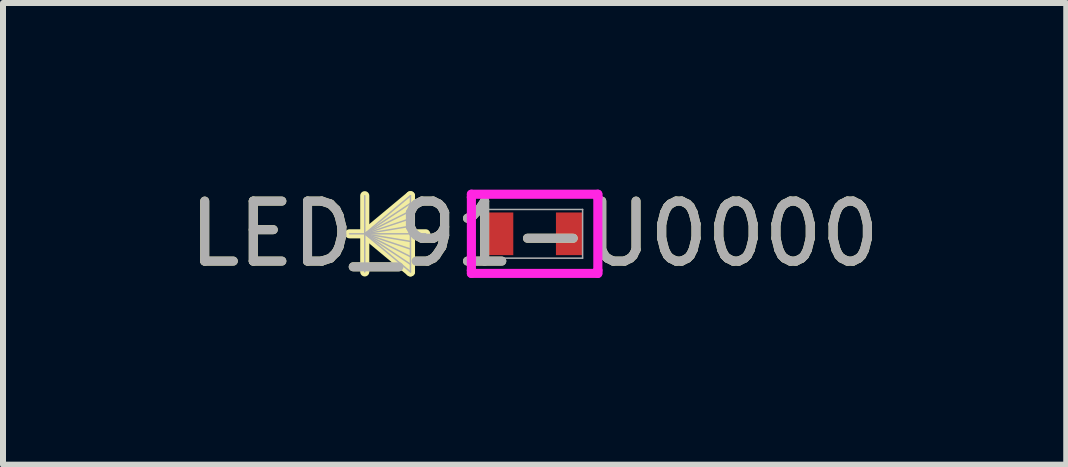
<source format=kicad_pcb>
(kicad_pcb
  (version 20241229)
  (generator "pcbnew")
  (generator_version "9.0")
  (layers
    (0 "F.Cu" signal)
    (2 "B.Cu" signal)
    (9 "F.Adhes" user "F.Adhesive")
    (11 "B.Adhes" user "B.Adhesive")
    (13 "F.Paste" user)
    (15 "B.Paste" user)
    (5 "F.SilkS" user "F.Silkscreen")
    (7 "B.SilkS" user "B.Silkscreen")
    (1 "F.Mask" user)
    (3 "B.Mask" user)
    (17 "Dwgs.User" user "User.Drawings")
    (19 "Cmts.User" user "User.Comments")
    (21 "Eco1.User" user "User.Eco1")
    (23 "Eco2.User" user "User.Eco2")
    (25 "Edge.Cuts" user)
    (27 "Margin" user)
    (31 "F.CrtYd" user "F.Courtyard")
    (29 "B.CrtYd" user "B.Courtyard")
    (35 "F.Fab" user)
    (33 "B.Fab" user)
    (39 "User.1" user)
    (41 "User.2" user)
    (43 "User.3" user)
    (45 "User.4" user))
  (footprint "LED_91-U0000"
    (layer "F.Cu")
    (at 5.863 0.848)
    (property "Reference" "LED_91-U0000" (at 0 0 0) (unlocked yes) (layer "F.SilkS") (effects (font (size 1 1) (thickness 0.15))))
    (attr smd)
    (fp_line (start -2.832 -0.635) (end -2.832 0.635) (stroke (width 0.152) (type solid)) (layer "F.SilkS"))
    (fp_line (start -2.832 0) (end -2.07 -0.635) (stroke (width 0.152) (type solid)) (layer "F.SilkS"))
    (fp_line (start -2.832 0) (end -2.07 -0.508) (stroke (width 0.152) (type solid)) (layer "F.SilkS"))
    (fp_line (start -2.832 0) (end -2.07 -0.381) (stroke (width 0.152) (type solid)) (layer "F.SilkS"))
    (fp_line (start -2.832 0) (end -2.07 -0.254) (stroke (width 0.152) (type solid)) (layer "F.SilkS"))
    (fp_line (start -2.832 0) (end -2.07 -0.127) (stroke (width 0.152) (type solid)) (layer "F.SilkS"))
    (fp_line (start -2.832 0) (end -2.07 0.127) (stroke (width 0.152) (type solid)) (layer "F.SilkS"))
    (fp_line (start -2.832 0) (end -2.07 0.254) (stroke (width 0.152) (type solid)) (layer "F.SilkS"))
    (fp_line (start -2.832 0) (end -2.07 0.381) (stroke (width 0.152) (type solid)) (layer "F.SilkS"))
    (fp_line (start -2.832 0) (end -2.07 0.508) (stroke (width 0.152) (type solid)) (layer "F.SilkS"))
    (fp_line (start -2.832 0) (end -2.07 0.635) (stroke (width 0.152) (type solid)) (layer "F.SilkS"))
    (fp_line (start -2.07 -0.635) (end -2.07 0.635) (stroke (width 0.152) (type solid)) (layer "F.SilkS"))
    (fp_line (start -1.816 0) (end -3.086 0) (stroke (width 0.152) (type solid)) (layer "F.SilkS"))
    (fp_line (start -1.054 -0.66) (end 1.054 -0.66) (stroke (width 0.152) (type solid)) (layer "F.CrtYd"))
    (fp_line (start -1.054 -0.61) (end -1.054 -0.66) (stroke (width 0.152) (type solid)) (layer "F.CrtYd"))
    (fp_line (start -1.054 -0.61) (end -1.054 -0.61) (stroke (width 0.152) (type solid)) (layer "F.CrtYd"))
    (fp_line (start -1.054 0.61) (end -1.054 -0.61) (stroke (width 0.152) (type solid)) (layer "F.CrtYd"))
    (fp_line (start -1.054 0.61) (end -1.054 0.61) (stroke (width 0.152) (type solid)) (layer "F.CrtYd"))
    (fp_line (start -1.054 0.66) (end -1.054 0.61) (stroke (width 0.152) (type solid)) (layer "F.CrtYd"))
    (fp_line (start 1.054 -0.66) (end 1.054 -0.61) (stroke (width 0.152) (type solid)) (layer "F.CrtYd"))
    (fp_line (start 1.054 -0.61) (end 1.054 -0.61) (stroke (width 0.152) (type solid)) (layer "F.CrtYd"))
    (fp_line (start 1.054 -0.61) (end 1.054 0.61) (stroke (width 0.152) (type solid)) (layer "F.CrtYd"))
    (fp_line (start 1.054 0.61) (end 1.054 0.61) (stroke (width 0.152) (type solid)) (layer "F.CrtYd"))
    (fp_line (start 1.054 0.61) (end 1.054 0.66) (stroke (width 0.152) (type solid)) (layer "F.CrtYd"))
    (fp_line (start 1.054 0.66) (end -1.054 0.66) (stroke (width 0.152) (type solid)) (layer "F.CrtYd"))
    (fp_line (start -2.832 -0.635) (end -2.832 0.635) (stroke (width 0.025) (type solid)) (layer "F.Fab"))
    (fp_line (start -2.832 0) (end -2.07 -0.635) (stroke (width 0.025) (type solid)) (layer "F.Fab"))
    (fp_line (start -2.832 0) (end -2.07 -0.508) (stroke (width 0.025) (type solid)) (layer "F.Fab"))
    (fp_line (start -2.832 0) (end -2.07 -0.381) (stroke (width 0.025) (type solid)) (layer "F.Fab"))
    (fp_line (start -2.832 0) (end -2.07 -0.254) (stroke (width 0.025) (type solid)) (layer "F.Fab"))
    (fp_line (start -2.832 0) (end -2.07 -0.127) (stroke (width 0.025) (type solid)) (layer "F.Fab"))
    (fp_line (start -2.832 0) (end -2.07 0.127) (stroke (width 0.025) (type solid)) (layer "F.Fab"))
    (fp_line (start -2.832 0) (end -2.07 0.254) (stroke (width 0.025) (type solid)) (layer "F.Fab"))
    (fp_line (start -2.832 0) (end -2.07 0.381) (stroke (width 0.025) (type solid)) (layer "F.Fab"))
    (fp_line (start -2.832 0) (end -2.07 0.508) (stroke (width 0.025) (type solid)) (layer "F.Fab"))
    (fp_line (start -2.832 0) (end -2.07 0.635) (stroke (width 0.025) (type solid)) (layer "F.Fab"))
    (fp_line (start -2.07 -0.635) (end -2.07 0.635) (stroke (width 0.025) (type solid)) (layer "F.Fab"))
    (fp_line (start -1.816 0) (end -3.086 0) (stroke (width 0.025) (type solid)) (layer "F.Fab"))
    (fp_line (start -0.8 -0.406) (end -0.8 0.406) (stroke (width 0.025) (type solid)) (layer "F.Fab"))
    (fp_line (start -0.8 0.406) (end 0.8 0.406) (stroke (width 0.025) (type solid)) (layer "F.Fab"))
    (fp_line (start 0.8 -0.406) (end -0.8 -0.406) (stroke (width 0.025) (type solid)) (layer "F.Fab"))
    (fp_line (start 0.8 0.406) (end 0.8 -0.406) (stroke (width 0.025) (type solid)) (layer "F.Fab"))
    (fp_text user "${REFERENCE}" (at 0 0 0) (unlocked yes) (layer "F.Fab") (effects (font (size 1 1) (thickness 0.15))))
    (pad "1" smd rect (at -0.578 0) (size 0.445 0.711) (layers "F.Cu" "F.Mask" "F.Paste"))
    (pad "2" smd rect (at 0.578 0) (size 0.445 0.711) (layers "F.Cu" "F.Mask" "F.Paste"))
    (zone (net_name "") (layer "F.Cu") (hatch full 0.508) (connect_pads) (min_thickness 0.254) (filled_areas_thickness no) (keepout (tracks not_allowed) (vias not_allowed) (pads allowed) (copperpour not_allowed) (footprints allowed)) (placement (enabled no)) (fill) (polygon (pts (xy 5.558 0.493) (xy 6.168 0.493) (xy 6.168 1.204) (xy 5.558 1.204)))))
  (gr_rect
    (start -3 -3)
    (end 14.726 4.697)
    (stroke (width 0.1) (type default))
    (fill no)
    (layer "Edge.Cuts")))
</source>
